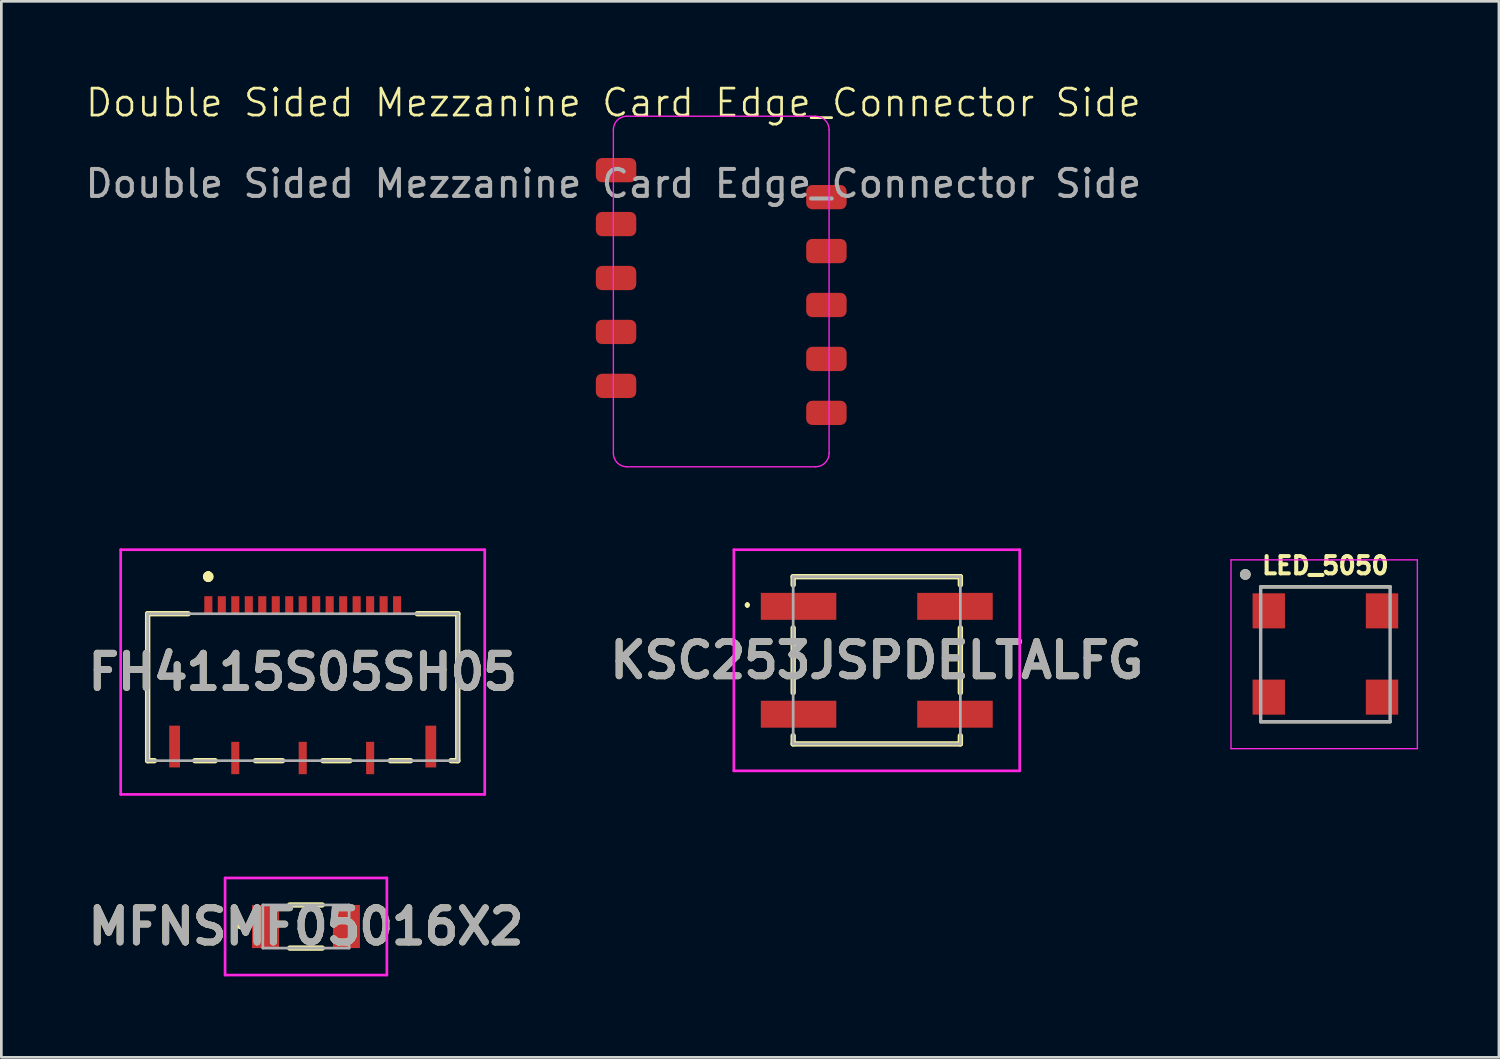
<source format=kicad_pcb>
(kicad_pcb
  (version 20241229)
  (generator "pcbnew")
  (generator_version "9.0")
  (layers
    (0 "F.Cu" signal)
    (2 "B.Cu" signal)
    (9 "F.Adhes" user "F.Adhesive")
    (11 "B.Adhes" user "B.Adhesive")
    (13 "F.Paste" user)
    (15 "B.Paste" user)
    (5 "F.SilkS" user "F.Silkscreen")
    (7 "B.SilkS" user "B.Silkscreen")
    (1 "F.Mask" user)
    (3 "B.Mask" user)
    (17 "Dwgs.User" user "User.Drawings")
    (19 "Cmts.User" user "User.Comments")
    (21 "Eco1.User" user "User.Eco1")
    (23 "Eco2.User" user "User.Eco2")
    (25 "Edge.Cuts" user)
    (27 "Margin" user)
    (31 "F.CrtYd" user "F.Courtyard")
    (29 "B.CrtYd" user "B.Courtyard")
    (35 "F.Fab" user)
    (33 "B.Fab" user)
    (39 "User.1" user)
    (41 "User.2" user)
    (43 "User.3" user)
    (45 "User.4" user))
  (footprint "KSC253JSPDELTALFG"
    (layer "F.Cu")
    (at 29.464 21.436)
    (property "Reference" "KSC253JSPDELTALFG" (at 0 0 0) (layer "F.SilkS") (effects (font (size 1.27 1.27) (thickness 0.254))))
    (attr smd)
    (fp_line (start -4.8 -2.1) (end -4.8 -2.1) (stroke (width 0.1) (type solid)) (layer "F.SilkS"))
    (fp_line (start -4.8 -2) (end -4.8 -2) (stroke (width 0.1) (type solid)) (layer "F.SilkS"))
    (fp_line (start -3.1 -3.1) (end 3.1 -3.1) (stroke (width 0.2) (type solid)) (layer "F.SilkS"))
    (fp_line (start -3.1 -2.8) (end -3.1 -3.1) (stroke (width 0.2) (type solid)) (layer "F.SilkS"))
    (fp_line (start -3.1 -1.2) (end -3.1 1.2) (stroke (width 0.2) (type solid)) (layer "F.SilkS"))
    (fp_line (start -3.1 3.1) (end -3.1 2.8) (stroke (width 0.2) (type solid)) (layer "F.SilkS"))
    (fp_line (start 3.1 -3.1) (end 3.1 -2.8) (stroke (width 0.2) (type solid)) (layer "F.SilkS"))
    (fp_line (start 3.1 -1.2) (end 3.1 1.2) (stroke (width 0.2) (type solid)) (layer "F.SilkS"))
    (fp_line (start 3.1 2.8) (end 3.1 3.1) (stroke (width 0.2) (type solid)) (layer "F.SilkS"))
    (fp_line (start 3.1 3.1) (end -3.1 3.1) (stroke (width 0.2) (type solid)) (layer "F.SilkS"))
    (fp_arc (start -4.8 -2.1) (mid -4.75 -2.05) (end -4.8 -2) (stroke (width 0.1) (type solid)) (layer "F.SilkS"))
    (fp_arc (start -4.8 -2) (mid -4.85 -2.05) (end -4.8 -2.1) (stroke (width 0.1) (type solid)) (layer "F.SilkS"))
    (fp_line (start -5.3 -4.1) (end 5.3 -4.1) (stroke (width 0.1) (type solid)) (layer "F.CrtYd"))
    (fp_line (start -5.3 4.1) (end -5.3 -4.1) (stroke (width 0.1) (type solid)) (layer "F.CrtYd"))
    (fp_line (start 5.3 -4.1) (end 5.3 4.1) (stroke (width 0.1) (type solid)) (layer "F.CrtYd"))
    (fp_line (start 5.3 4.1) (end -5.3 4.1) (stroke (width 0.1) (type solid)) (layer "F.CrtYd"))
    (fp_line (start -3.1 -3.1) (end 3.1 -3.1) (stroke (width 0.1) (type solid)) (layer "F.Fab"))
    (fp_line (start -3.1 3.1) (end -3.1 -3.1) (stroke (width 0.1) (type solid)) (layer "F.Fab"))
    (fp_line (start 3.1 -3.1) (end 3.1 3.1) (stroke (width 0.1) (type solid)) (layer "F.Fab"))
    (fp_line (start 3.1 3.1) (end -3.1 3.1) (stroke (width 0.1) (type solid)) (layer "F.Fab"))
    (fp_text user "${REFERENCE}" (at 0 0 0) (layer "F.Fab") (effects (font (size 1.27 1.27) (thickness 0.254))))
    (pad "1" smd rect (at -2.9 -2 90) (size 1 2.8) (layers "F.Cu" "F.Mask" "F.Paste"))
    (pad "2" smd rect (at 2.9 -2 90) (size 1 2.8) (layers "F.Cu" "F.Mask" "F.Paste"))
    (pad "3" smd rect (at -2.9 2 90) (size 1 2.8) (layers "F.Cu" "F.Mask" "F.Paste"))
    (pad "4" smd rect (at 2.9 2 90) (size 1 2.8) (layers "F.Cu" "F.Mask" "F.Paste")))
  (footprint "MFNSMF05016X2"
    (layer "F.Cu")
    (at 8.297 31.309)
    (property "Reference" "MFNSMF05016X2" (at 0 0 0) (layer "F.SilkS") (effects (font (size 1.27 1.27) (thickness 0.254))))
    (attr smd)
    (fp_line (start -2.5 0) (end -2.5 0) (stroke (width 0.1) (type solid)) (layer "F.SilkS"))
    (fp_line (start -2.4 0) (end -2.4 0) (stroke (width 0.1) (type solid)) (layer "F.SilkS"))
    (fp_line (start -0.6 -0.8) (end 0.6 -0.8) (stroke (width 0.2) (type solid)) (layer "F.SilkS"))
    (fp_line (start -0.6 0.8) (end 0.6 0.8) (stroke (width 0.2) (type solid)) (layer "F.SilkS"))
    (fp_arc (start -2.5 0) (mid -2.45 -0.05) (end -2.4 0) (stroke (width 0.1) (type solid)) (layer "F.SilkS"))
    (fp_arc (start -2.4 0) (mid -2.45 0.05) (end -2.5 0) (stroke (width 0.1) (type solid)) (layer "F.SilkS"))
    (fp_line (start -3 -1.8) (end 3 -1.8) (stroke (width 0.1) (type solid)) (layer "F.CrtYd"))
    (fp_line (start -3 1.8) (end -3 -1.8) (stroke (width 0.1) (type solid)) (layer "F.CrtYd"))
    (fp_line (start 3 -1.8) (end 3 1.8) (stroke (width 0.1) (type solid)) (layer "F.CrtYd"))
    (fp_line (start 3 1.8) (end -3 1.8) (stroke (width 0.1) (type solid)) (layer "F.CrtYd"))
    (fp_line (start -1.6 -0.8) (end -1.6 0.8) (stroke (width 0.1) (type solid)) (layer "F.Fab"))
    (fp_line (start -1.6 0.8) (end 1.6 0.8) (stroke (width 0.1) (type solid)) (layer "F.Fab"))
    (fp_line (start 1.6 -0.8) (end -1.6 -0.8) (stroke (width 0.1) (type solid)) (layer "F.Fab"))
    (fp_line (start 1.6 0.8) (end 1.6 -0.8) (stroke (width 0.1) (type solid)) (layer "F.Fab"))
    (fp_text user "${REFERENCE}" (at 0 0 0) (layer "F.Fab") (effects (font (size 1.27 1.27) (thickness 0.254))))
    (pad "1" smd rect (at -1.5 0) (size 1 1.6) (layers "F.Cu" "F.Mask" "F.Paste"))
    (pad "2" smd rect (at 1.5 0) (size 1 1.6) (layers "F.Cu" "F.Mask" "F.Paste")))
  (footprint "FH4115S05SH05"
    (layer "F.Cu")
    (at 8.176 21.872)
    (property "Reference" "FH4115S05SH05" (at 0 0 0) (layer "F.SilkS") (effects (font (size 1.27 1.27) (thickness 0.254))))
    (attr smd)
    (fp_line (start -5.75 -2.163) (end -4.25 -2.163) (stroke (width 0.2) (type solid)) (layer "F.SilkS"))
    (fp_line (start -5.75 3.287) (end -5.75 -2.163) (stroke (width 0.2) (type solid)) (layer "F.SilkS"))
    (fp_line (start -5.5 3.287) (end -5.75 3.287) (stroke (width 0.2) (type solid)) (layer "F.SilkS"))
    (fp_line (start -4 3.287) (end -3.25 3.287) (stroke (width 0.2) (type solid)) (layer "F.SilkS"))
    (fp_line (start -3.5 -3.638) (end -3.5 -3.638) (stroke (width 0.2) (type solid)) (layer "F.SilkS"))
    (fp_line (start -3.5 -3.638) (end -3.5 -3.638) (stroke (width 0.2) (type solid)) (layer "F.SilkS"))
    (fp_line (start -3.5 -3.438) (end -3.5 -3.438) (stroke (width 0.2) (type solid)) (layer "F.SilkS"))
    (fp_line (start -1.75 3.287) (end -0.75 3.287) (stroke (width 0.2) (type solid)) (layer "F.SilkS"))
    (fp_line (start 0.75 3.287) (end 1.75 3.287) (stroke (width 0.2) (type solid)) (layer "F.SilkS"))
    (fp_line (start 3.25 3.287) (end 4 3.287) (stroke (width 0.2) (type solid)) (layer "F.SilkS"))
    (fp_line (start 4.25 -2.163) (end 5.75 -2.163) (stroke (width 0.2) (type solid)) (layer "F.SilkS"))
    (fp_line (start 5.75 -2.163) (end 5.75 3.287) (stroke (width 0.2) (type solid)) (layer "F.SilkS"))
    (fp_line (start 5.75 3.287) (end 5.5 3.287) (stroke (width 0.2) (type solid)) (layer "F.SilkS"))
    (fp_arc (start -3.5 -3.637) (mid -3.4005 -3.5375) (end -3.5 -3.438) (stroke (width 0.2) (type solid)) (layer "F.SilkS"))
    (fp_arc (start -3.5 -3.437) (mid -3.6005 -3.5375) (end -3.5 -3.638) (stroke (width 0.2) (type solid)) (layer "F.SilkS"))
    (fp_arc (start -3.5 -3.437) (mid -3.6005 -3.5375) (end -3.5 -3.638) (stroke (width 0.2) (type solid)) (layer "F.SilkS"))
    (fp_line (start -6.75 -4.537) (end 6.75 -4.537) (stroke (width 0.1) (type solid)) (layer "F.CrtYd"))
    (fp_line (start -6.75 4.537) (end -6.75 -4.537) (stroke (width 0.1) (type solid)) (layer "F.CrtYd"))
    (fp_line (start 6.75 -4.537) (end 6.75 4.537) (stroke (width 0.1) (type solid)) (layer "F.CrtYd"))
    (fp_line (start 6.75 4.537) (end -6.75 4.537) (stroke (width 0.1) (type solid)) (layer "F.CrtYd"))
    (fp_line (start -5.75 -2.163) (end 5.75 -2.163) (stroke (width 0.1) (type solid)) (layer "F.Fab"))
    (fp_line (start -5.75 3.287) (end -5.75 -2.163) (stroke (width 0.1) (type solid)) (layer "F.Fab"))
    (fp_line (start 5.75 -2.163) (end 5.75 3.287) (stroke (width 0.1) (type solid)) (layer "F.Fab"))
    (fp_line (start 5.75 3.287) (end -5.75 3.287) (stroke (width 0.1) (type solid)) (layer "F.Fab"))
    (fp_text user "${REFERENCE}" (at 0 0 0) (layer "F.Fab") (effects (font (size 1.27 1.27) (thickness 0.254))))
    (pad "1" smd rect (at -3.5 -2.487) (size 0.3 0.65) (layers "F.Cu" "F.Mask" "F.Paste"))
    (pad "2" smd rect (at -3 -2.487) (size 0.3 0.65) (layers "F.Cu" "F.Mask" "F.Paste"))
    (pad "3" smd rect (at -2.5 -2.487) (size 0.3 0.65) (layers "F.Cu" "F.Mask" "F.Paste"))
    (pad "4" smd rect (at -2 -2.487) (size 0.3 0.65) (layers "F.Cu" "F.Mask" "F.Paste"))
    (pad "5" smd rect (at -1.5 -2.487) (size 0.3 0.65) (layers "F.Cu" "F.Mask" "F.Paste"))
    (pad "6" smd rect (at -1 -2.487) (size 0.3 0.65) (layers "F.Cu" "F.Mask" "F.Paste"))
    (pad "7" smd rect (at -0.5 -2.487) (size 0.3 0.65) (layers "F.Cu" "F.Mask" "F.Paste"))
    (pad "8" smd rect (at 0 -2.487) (size 0.3 0.65) (layers "F.Cu" "F.Mask" "F.Paste"))
    (pad "9" smd rect (at 0.5 -2.487) (size 0.3 0.65) (layers "F.Cu" "F.Mask" "F.Paste"))
    (pad "10" smd rect (at 1 -2.487) (size 0.3 0.65) (layers "F.Cu" "F.Mask" "F.Paste"))
    (pad "11" smd rect (at 1.5 -2.487) (size 0.3 0.65) (layers "F.Cu" "F.Mask" "F.Paste"))
    (pad "12" smd rect (at 2 -2.487) (size 0.3 0.65) (layers "F.Cu" "F.Mask" "F.Paste"))
    (pad "13" smd rect (at 2.5 -2.487) (size 0.3 0.65) (layers "F.Cu" "F.Mask" "F.Paste"))
    (pad "14" smd rect (at 3 -2.487) (size 0.3 0.65) (layers "F.Cu" "F.Mask" "F.Paste"))
    (pad "15" smd rect (at 3.5 -2.487) (size 0.3 0.65) (layers "F.Cu" "F.Mask" "F.Paste"))
    (pad "G1" smd rect (at -2.5 3.188) (size 0.3 1.2) (layers "F.Cu" "F.Mask" "F.Paste"))
    (pad "G2" smd rect (at 0 3.188) (size 0.3 1.2) (layers "F.Cu" "F.Mask" "F.Paste"))
    (pad "G3" smd rect (at 2.5 3.188) (size 0.3 1.2) (layers "F.Cu" "F.Mask" "F.Paste"))
    (pad "MP1" smd rect (at -4.75 2.763) (size 0.4 1.55) (layers "F.Cu" "F.Mask" "F.Paste"))
    (pad "MP2" smd rect (at 4.75 2.763) (size 0.4 1.55) (layers "F.Cu" "F.Mask" "F.Paste")))
  (footprint "LED_5050"
    (layer "F.Cu")
    (at 46.091 21.243)
    (property "Reference" "LED_5050" (at 0.01 -3.32 0) (layer "F.SilkS") (effects (font (size 0.64 0.64) (thickness 0.15))))
    (attr smd)
    (fp_line (start -2.39 -2.53) (end 2.41 -2.53) (stroke (width 0.127) (type solid)) (layer "F.SilkS"))
    (fp_line (start -2.39 2.47) (end 2.41 2.47) (stroke (width 0.127) (type solid)) (layer "F.SilkS"))
    (fp_circle (center -2.96 -2.99) (end -2.86 -2.99) (stroke (width 0.2) (type solid)) (fill no) (layer "F.SilkS"))
    (fp_line (start -3.49 -3.53) (end -3.49 3.47) (stroke (width 0.05) (type solid)) (layer "F.CrtYd"))
    (fp_line (start -3.49 3.47) (end 3.42 3.47) (stroke (width 0.05) (type solid)) (layer "F.CrtYd"))
    (fp_line (start 3.42 -3.53) (end -3.49 -3.53) (stroke (width 0.05) (type solid)) (layer "F.CrtYd"))
    (fp_line (start 3.42 3.47) (end 3.42 -3.53) (stroke (width 0.05) (type solid)) (layer "F.CrtYd"))
    (fp_line (start -2.39 -2.53) (end -2.39 2.47) (stroke (width 0.127) (type solid)) (layer "F.Fab"))
    (fp_line (start -2.39 -2.53) (end 2.41 -2.53) (stroke (width 0.127) (type solid)) (layer "F.Fab"))
    (fp_line (start -2.39 2.47) (end 2.41 2.47) (stroke (width 0.127) (type solid)) (layer "F.Fab"))
    (fp_line (start 2.41 -2.53) (end 2.41 2.47) (stroke (width 0.127) (type solid)) (layer "F.Fab"))
    (fp_circle (center -2.96 -2.99) (end -2.86 -2.99) (stroke (width 0.2) (type solid)) (fill no) (layer "F.Fab"))
    (pad "1" smd rect (at 2.11 1.56) (size 1.2 1.3) (layers "F.Cu" "F.Mask" "F.Paste"))
    (pad "2" smd rect (at 2.11 -1.64) (size 1.2 1.3) (layers "F.Cu" "F.Mask" "F.Paste"))
    (pad "3" smd rect (at -2.09 -1.64) (size 1.2 1.3) (layers "F.Cu" "F.Mask" "F.Paste"))
    (pad "4" smd rect (at -2.09 1.56) (size 1.2 1.3) (layers "F.Cu" "F.Mask" "F.Paste")))
  (footprint "Double Sided Mezzanine Card Edge_Connector Side"
    (layer "F.Cu")
    (at 19.696 1.26)
    (property "Reference" "Double Sided Mezzanine Card Edge_Connector Side" (at 0 -0.5 0) (unlocked yes) (layer "F.SilkS") (effects (font (size 1 1) (thickness 0.1))))
    (attr smd)
    (fp_line (start 0 12.5) (end 0 0.5) (stroke (width 0.05) (type solid)) (layer "F.CrtYd"))
    (fp_line (start 0.5 0) (end 7.5 0) (stroke (width 0.05) (type solid)) (layer "F.CrtYd"))
    (fp_line (start 7.5 13) (end 0.5 13) (stroke (width 0.05) (type solid)) (layer "F.CrtYd"))
    (fp_line (start 8 0.5) (end 8 12.5) (stroke (width 0.05) (type solid)) (layer "F.CrtYd"))
    (fp_arc (start 0 0.5) (mid 0.146446 0.146446) (end 0.5 0) (stroke (width 0.05) (type solid)) (layer "F.CrtYd"))
    (fp_arc (start 0.5 13) (mid 0.146446 12.853554) (end 0 12.5) (stroke (width 0.05) (type solid)) (layer "F.CrtYd"))
    (fp_arc (start 7.5 0) (mid 7.853553 0.146447) (end 8 0.5) (stroke (width 0.05) (type solid)) (layer "F.CrtYd"))
    (fp_arc (start 8 12.5) (mid 7.853553 12.853553) (end 7.5 13) (stroke (width 0.05) (type solid)) (layer "F.CrtYd"))
    (fp_text user "${REFERENCE}" (at 0 2.5 0) (unlocked yes) (layer "F.Fab") (effects (font (size 1 1) (thickness 0.15))))
    (pad "1" smd roundrect (at 0.1 2) (size 1.5 0.9) (layers "F.Cu" "F.Mask" "F.Paste") (roundrect_rratio 0.25))
    (pad "2" smd roundrect (at 0.1 4) (size 1.5 0.9) (layers "F.Cu" "F.Mask" "F.Paste") (roundrect_rratio 0.25))
    (pad "3" smd roundrect (at 0.1 6) (size 1.5 0.9) (layers "F.Cu" "F.Mask" "F.Paste") (roundrect_rratio 0.25))
    (pad "4" smd roundrect (at 0.1 8) (size 1.5 0.9) (layers "F.Cu" "F.Mask" "F.Paste") (roundrect_rratio 0.25))
    (pad "5" smd roundrect (at 0.1 10) (size 1.5 0.9) (layers "F.Cu" "F.Mask" "F.Paste") (roundrect_rratio 0.25))
    (pad "6" smd roundrect (at 7.9 3) (size 1.5 0.9) (layers "F.Cu" "F.Mask" "F.Paste") (roundrect_rratio 0.25))
    (pad "7" smd roundrect (at 7.9 5) (size 1.5 0.9) (layers "F.Cu" "F.Mask" "F.Paste") (roundrect_rratio 0.25))
    (pad "8" smd roundrect (at 7.9 7) (size 1.5 0.9) (layers "F.Cu" "F.Mask" "F.Paste") (roundrect_rratio 0.25))
    (pad "9" smd roundrect (at 7.9 9) (size 1.5 0.9) (layers "F.Cu" "F.Mask" "F.Paste") (roundrect_rratio 0.25))
    (pad "10" smd roundrect (at 7.9 11) (size 1.5 0.9) (layers "F.Cu" "F.Mask" "F.Paste") (roundrect_rratio 0.25))
    (zone (net_name "") (layer "F.Cu") (hatch edge 0.5) (connect_pads) (min_thickness 0.25) (filled_areas_thickness no) (keepout (tracks allowed) (vias allowed) (pads allowed) (copperpour not_allowed) (footprints allowed)) (placement (enabled no)) (fill) (polygon (pts (xy 18.696 1.26) (xy 18.696 8.261) (xy 21.196 8.261) (xy 21.196 10.261) (xy 18.696 10.261) (xy 18.696 14.261) (xy 28.696 14.261) (xy 28.696 1.26)))))
  (gr_rect
    (start -3 -3)
    (end 52.536 36.16)
    (stroke (width 0.1) (type default))
    (fill no)
    (layer "Edge.Cuts")))
</source>
